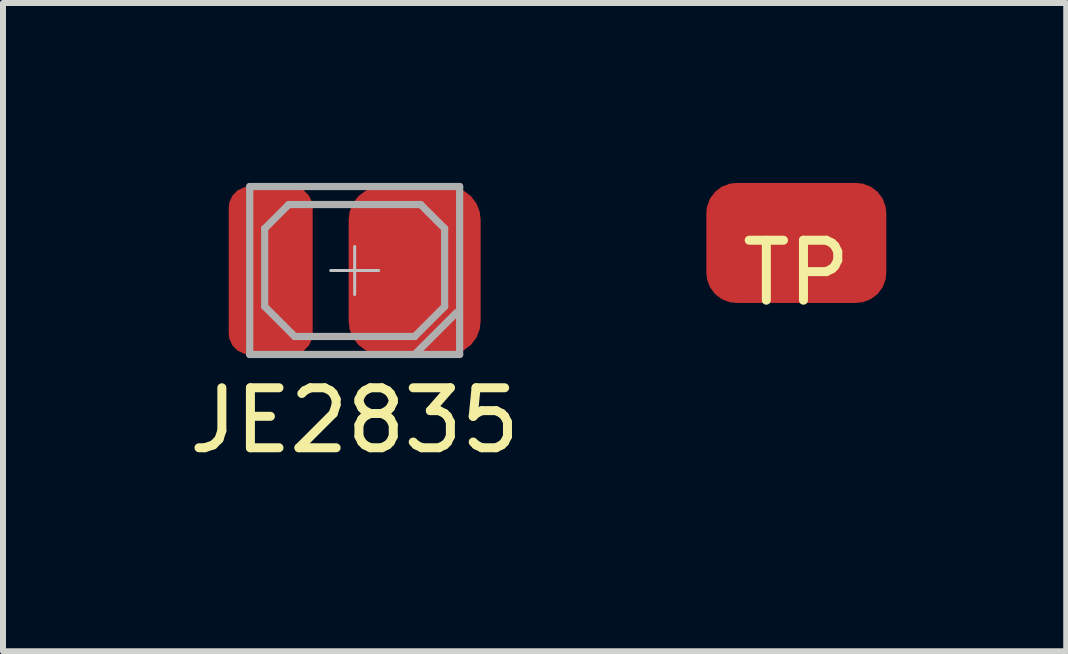
<source format=kicad_pcb>
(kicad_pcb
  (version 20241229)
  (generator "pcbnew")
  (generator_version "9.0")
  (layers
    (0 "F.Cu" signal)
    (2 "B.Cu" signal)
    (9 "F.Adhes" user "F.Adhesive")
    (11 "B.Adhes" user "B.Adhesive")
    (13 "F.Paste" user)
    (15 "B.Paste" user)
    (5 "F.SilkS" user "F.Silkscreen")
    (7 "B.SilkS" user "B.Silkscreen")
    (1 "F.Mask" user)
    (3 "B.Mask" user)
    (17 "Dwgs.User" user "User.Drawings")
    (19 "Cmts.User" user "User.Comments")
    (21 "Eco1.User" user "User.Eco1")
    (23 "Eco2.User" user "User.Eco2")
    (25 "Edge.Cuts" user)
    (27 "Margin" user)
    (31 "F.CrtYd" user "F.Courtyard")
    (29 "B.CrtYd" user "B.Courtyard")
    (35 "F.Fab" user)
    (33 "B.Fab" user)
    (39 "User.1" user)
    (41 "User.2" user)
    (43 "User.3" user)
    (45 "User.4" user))
  (footprint "TP"
    (layer "F.Cu")
    (at 10.226 1)
    (property "Reference" "TP" (at 0 0.5 0) (layer "F.SilkS") (effects (font (size 1 1) (thickness 0.15))))
    (attr through_hole)
    (pad "1" smd roundrect (at 0 0) (size 3 2) (layers "F.Cu" "F.Mask" "F.Paste") (roundrect_rratio 0.25)))
  (footprint "JE2835"
    (layer "F.Cu")
    (at 2.863 1.46)
    (property "Reference" "JE2835" (at 0 2.5 0) (layer "F.SilkS") (effects (font (size 1 1) (thickness 0.15))))
    (attr through_hole)
    (fp_line (start 0 -0.4) (end 0 0.4) (stroke (width 0.05) (type solid)) (layer "Dwgs.User"))
    (fp_line (start 0.4 0) (end -0.4 0) (stroke (width 0.05) (type solid)) (layer "Dwgs.User"))
    (fp_line (start -1.75 -1.4) (end -1.75 1.4) (stroke (width 0.12) (type solid)) (layer "F.Fab"))
    (fp_line (start -1.75 1.4) (end 1.75 1.4) (stroke (width 0.12) (type solid)) (layer "F.Fab"))
    (fp_line (start -1.5 -0.7) (end -1.5 0.6) (stroke (width 0.12) (type solid)) (layer "F.Fab"))
    (fp_line (start -1.5 0.6) (end -1 1.1) (stroke (width 0.12) (type solid)) (layer "F.Fab"))
    (fp_line (start -1.1 -1.1) (end -1.5 -0.7) (stroke (width 0.12) (type solid)) (layer "F.Fab"))
    (fp_line (start -1 1.1) (end 1 1.1) (stroke (width 0.12) (type solid)) (layer "F.Fab"))
    (fp_line (start 1 1.1) (end 1.5 0.6) (stroke (width 0.12) (type solid)) (layer "F.Fab"))
    (fp_line (start 1 1.4) (end 1.7 0.7) (stroke (width 0.12) (type solid)) (layer "F.Fab"))
    (fp_line (start 1.1 -1.1) (end -1.1 -1.1) (stroke (width 0.12) (type solid)) (layer "F.Fab"))
    (fp_line (start 1.5 -0.7) (end 1.1 -1.1) (stroke (width 0.12) (type solid)) (layer "F.Fab"))
    (fp_line (start 1.5 0.6) (end 1.5 -0.7) (stroke (width 0.12) (type solid)) (layer "F.Fab"))
    (fp_line (start 1.75 -1.4) (end -1.75 -1.4) (stroke (width 0.12) (type solid)) (layer "F.Fab"))
    (fp_line (start 1.75 1.4) (end 1.75 -1.4) (stroke (width 0.12) (type solid)) (layer "F.Fab"))
    (pad "1" smd roundrect (at 1 0) (size 2.2 2.8) (layers "F.Cu" "F.Mask" "F.Paste") (roundrect_rratio 0.25))
    (pad "2" smd roundrect (at -1.4 0) (size 1.4 2.8) (layers "F.Cu" "F.Mask" "F.Paste") (roundrect_rratio 0.25)))
  (gr_rect
    (start -3 -3)
    (end 14.726 7.808)
    (stroke (width 0.1) (type default))
    (fill no)
    (layer "Edge.Cuts")))
</source>
